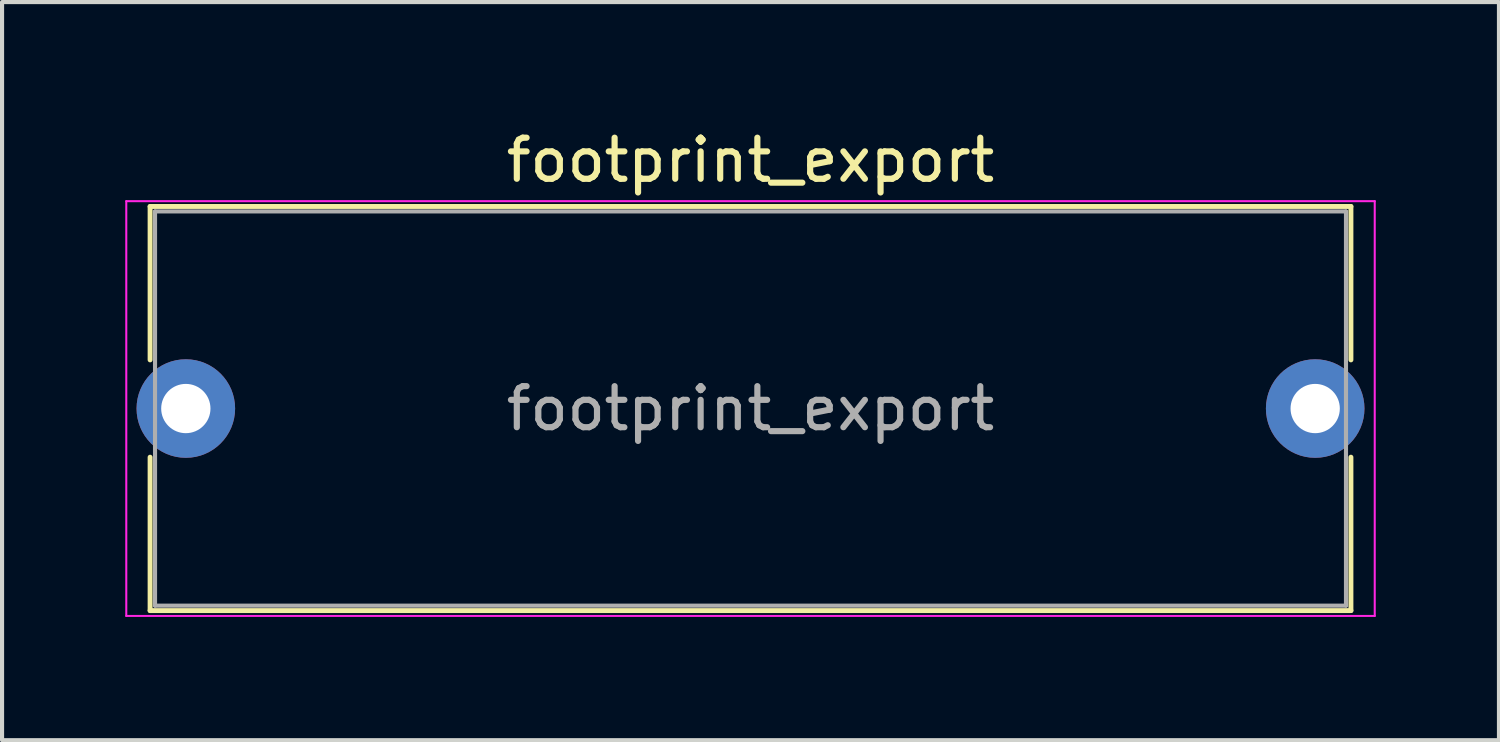
<source format=kicad_pcb>
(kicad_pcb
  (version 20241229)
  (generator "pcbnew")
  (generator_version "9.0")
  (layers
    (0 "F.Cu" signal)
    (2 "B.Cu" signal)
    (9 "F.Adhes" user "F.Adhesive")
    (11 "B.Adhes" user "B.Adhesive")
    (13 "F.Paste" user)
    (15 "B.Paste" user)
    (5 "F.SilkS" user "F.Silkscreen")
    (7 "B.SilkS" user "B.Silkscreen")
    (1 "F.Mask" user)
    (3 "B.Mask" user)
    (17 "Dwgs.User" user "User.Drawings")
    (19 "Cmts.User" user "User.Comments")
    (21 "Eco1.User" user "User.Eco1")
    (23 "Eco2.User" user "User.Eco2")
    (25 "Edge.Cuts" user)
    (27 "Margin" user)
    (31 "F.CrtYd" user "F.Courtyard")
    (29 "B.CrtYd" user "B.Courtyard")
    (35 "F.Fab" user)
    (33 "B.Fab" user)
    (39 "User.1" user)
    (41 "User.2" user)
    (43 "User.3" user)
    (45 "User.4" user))
  (footprint "footprint_export"
    (layer "F.Cu")
    (at 1.475 6.898)
    (property "Reference" "footprint_export" (at 13.75 -6.05 0) (layer "F.SilkS") (effects (font (size 1 1) (thickness 0.15))))
    (attr through_hole)
    (fp_line (start -0.87 -4.92) (end -0.87 -1.185) (stroke (width 0.12) (type solid)) (layer "F.SilkS"))
    (fp_line (start -0.87 -4.92) (end 28.37 -4.92) (stroke (width 0.12) (type solid)) (layer "F.SilkS"))
    (fp_line (start -0.87 1.185) (end -0.87 4.92) (stroke (width 0.12) (type solid)) (layer "F.SilkS"))
    (fp_line (start -0.87 4.92) (end 28.37 4.92) (stroke (width 0.12) (type solid)) (layer "F.SilkS"))
    (fp_line (start 28.37 -4.92) (end 28.37 -1.185) (stroke (width 0.12) (type solid)) (layer "F.SilkS"))
    (fp_line (start 28.37 1.185) (end 28.37 4.92) (stroke (width 0.12) (type solid)) (layer "F.SilkS"))
    (fp_line (start -1.45 -5.05) (end -1.45 5.05) (stroke (width 0.05) (type solid)) (layer "F.CrtYd"))
    (fp_line (start -1.45 5.05) (end 28.95 5.05) (stroke (width 0.05) (type solid)) (layer "F.CrtYd"))
    (fp_line (start 28.95 -5.05) (end -1.45 -5.05) (stroke (width 0.05) (type solid)) (layer "F.CrtYd"))
    (fp_line (start 28.95 5.05) (end 28.95 -5.05) (stroke (width 0.05) (type solid)) (layer "F.CrtYd"))
    (fp_line (start -0.75 -4.8) (end -0.75 4.8) (stroke (width 0.1) (type solid)) (layer "F.Fab"))
    (fp_line (start -0.75 4.8) (end 28.25 4.8) (stroke (width 0.1) (type solid)) (layer "F.Fab"))
    (fp_line (start 28.25 -4.8) (end -0.75 -4.8) (stroke (width 0.1) (type solid)) (layer "F.Fab"))
    (fp_line (start 28.25 4.8) (end 28.25 -4.8) (stroke (width 0.1) (type solid)) (layer "F.Fab"))
    (fp_text user "${REFERENCE}" (at 13.75 0 0) (layer "F.Fab") (effects (font (size 1 1) (thickness 0.15))))
    (pad "1" thru_hole circle (at 0 0) (size 2.4 2.4) (drill 1.2) (layers "*.Cu" "*.Mask"))
    (pad "2" thru_hole circle (at 27.5 0) (size 2.4 2.4) (drill 1.2) (layers "*.Cu" "*.Mask")))
  (gr_rect
    (start -3 -3)
    (end 33.45 14.973)
    (stroke (width 0.1) (type default))
    (fill no)
    (layer "Edge.Cuts")))
</source>
